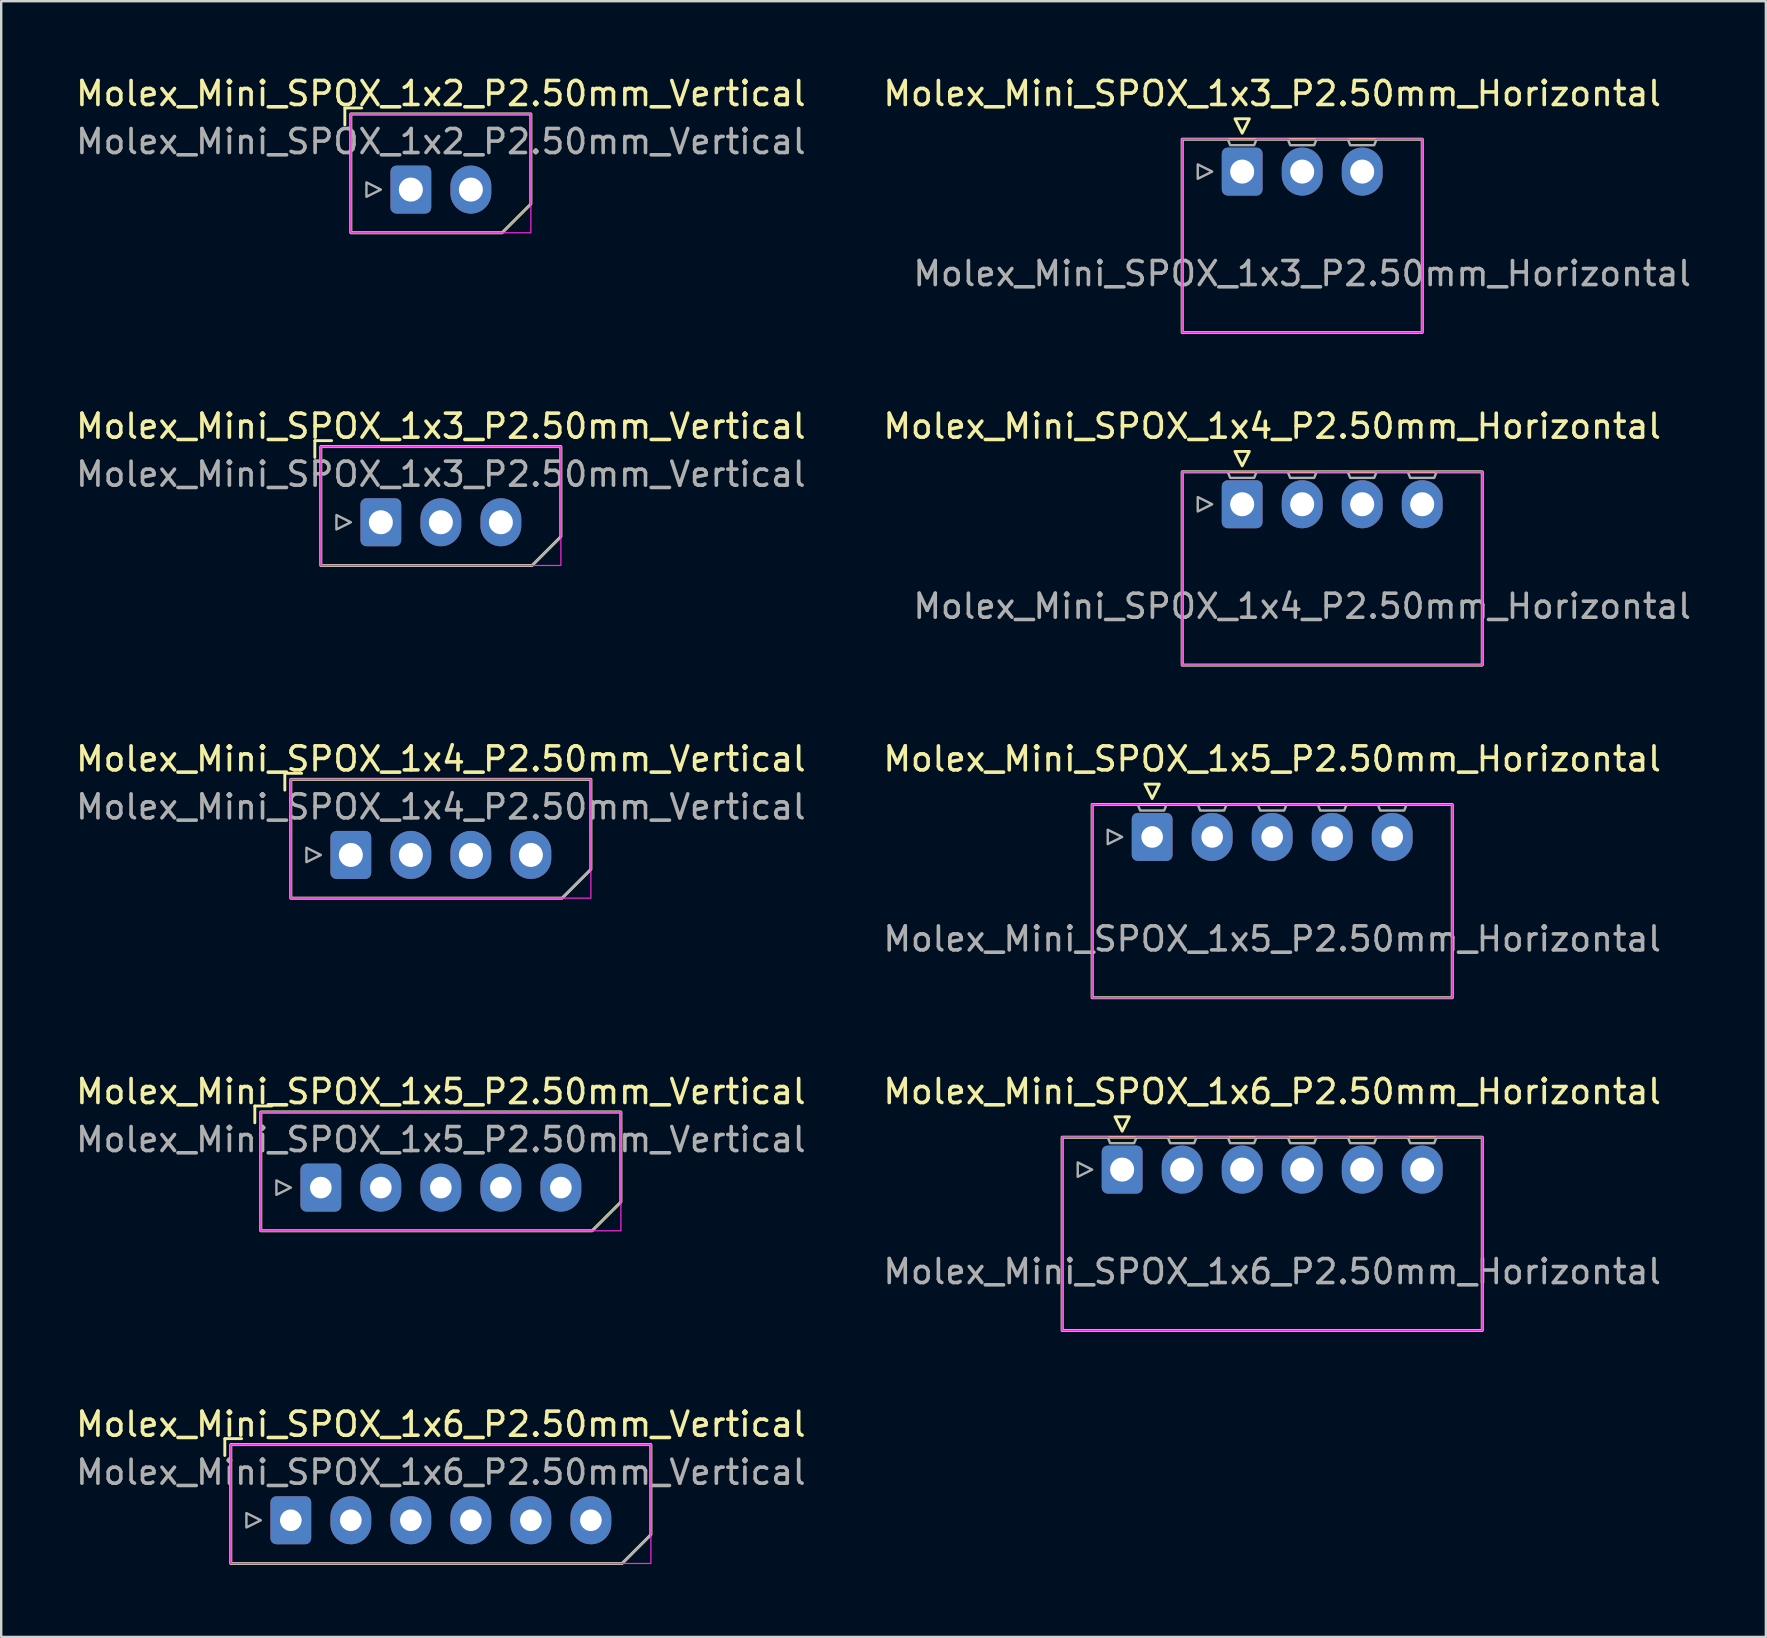
<source format=kicad_pcb>
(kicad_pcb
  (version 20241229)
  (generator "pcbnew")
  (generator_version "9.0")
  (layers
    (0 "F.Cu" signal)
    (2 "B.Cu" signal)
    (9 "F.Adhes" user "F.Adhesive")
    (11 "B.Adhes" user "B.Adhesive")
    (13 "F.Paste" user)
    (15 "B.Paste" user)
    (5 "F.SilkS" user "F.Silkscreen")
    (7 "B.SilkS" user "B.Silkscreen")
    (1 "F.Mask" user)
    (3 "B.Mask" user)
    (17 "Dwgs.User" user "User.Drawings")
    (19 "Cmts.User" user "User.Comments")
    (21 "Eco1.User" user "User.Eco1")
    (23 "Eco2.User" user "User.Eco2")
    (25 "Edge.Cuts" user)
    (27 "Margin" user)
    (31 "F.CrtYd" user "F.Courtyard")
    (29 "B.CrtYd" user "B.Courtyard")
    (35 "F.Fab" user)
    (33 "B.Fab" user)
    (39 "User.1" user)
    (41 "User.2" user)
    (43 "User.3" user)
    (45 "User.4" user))
  (footprint "Molex_Mini_SPOX_1x5_P2.50mm_Vertical"
    (layer "F.Cu")
    (at 10.315 46.423)
    (property "Reference" "Molex_Mini_SPOX_1x5_P2.50mm_Vertical" (at 5 -4 0) (unlocked yes) (layer "F.SilkS") (effects (font (size 1 1) (thickness 0.15))))
    (attr through_hole)
    (fp_line (start -2.75 -3.4) (end -2.05 -3.4) (stroke (width 0.12) (type solid)) (layer "F.SilkS"))
    (fp_line (start -2.75 -2.7) (end -2.75 -3.4) (stroke (width 0.12) (type solid)) (layer "F.SilkS"))
    (fp_poly (pts (xy -2.5 -3.15) (xy 12.5 -3.15) (xy 12.5 0.6) (xy 11.3 1.8) (xy -2.5 1.8)) (stroke (width 0.12) (type solid)) (fill no) (layer "F.SilkS"))
    (fp_rect (start -2.5 1.8) (end 12.5 -3.15) (stroke (width 0.05) (type solid)) (fill no) (layer "F.CrtYd"))
    (fp_circle (center 0 0) (end 0.35 0) (stroke (width 0.1) (type solid)) (fill no) (layer "F.Fab"))
    (fp_circle (center 2.5 0) (end 2.85 0) (stroke (width 0.1) (type solid)) (fill no) (layer "F.Fab"))
    (fp_circle (center 5 0) (end 5.35 0) (stroke (width 0.1) (type solid)) (fill no) (layer "F.Fab"))
    (fp_circle (center 7.5 0) (end 7.85 0) (stroke (width 0.1) (type solid)) (fill no) (layer "F.Fab"))
    (fp_circle (center 10 0) (end 10.35 0) (stroke (width 0.1) (type solid)) (fill no) (layer "F.Fab"))
    (fp_poly (pts (xy -1.25 0) (xy -1.85 -0.3) (xy -1.85 0.3) (xy -1.25 0)) (stroke (width 0.1) (type solid)) (fill no) (layer "F.Fab"))
    (fp_poly (pts (xy -2.5 -3.15) (xy 12.5 -3.15) (xy 12.5 0.6) (xy 11.3 1.8) (xy -2.5 1.8)) (stroke (width 0.1) (type solid)) (fill no) (layer "F.Fab"))
    (fp_text user "${REFERENCE}" (at 5 -2 0) (unlocked yes) (layer "F.Fab") (effects (font (size 1 1) (thickness 0.15))))
    (pad "1" thru_hole roundrect (at 0 0) (size 1.7 2) (drill 0.9) (layers "*.Cu" "*.Mask") (roundrect_rratio 0.147))
    (pad "2" thru_hole oval (at 2.5 0) (size 1.7 2) (drill 0.9) (layers "*.Cu" "*.Mask"))
    (pad "3" thru_hole oval (at 5 0) (size 1.7 2) (drill 0.9) (layers "*.Cu" "*.Mask"))
    (pad "4" thru_hole oval (at 7.5 0) (size 1.7 2) (drill 0.9) (layers "*.Cu" "*.Mask"))
    (pad "5" thru_hole oval (at 10 0) (size 1.7 2) (drill 0.9) (layers "*.Cu" "*.Mask")))
  (footprint "Molex_Mini_SPOX_1x3_P2.50mm_Horizontal"
    (layer "F.Cu")
    (at 48.696 4.098)
    (property "Reference" "Molex_Mini_SPOX_1x3_P2.50mm_Horizontal" (at 1.25 -3.25 0) (unlocked yes) (layer "F.SilkS") (effects (font (size 1 1) (thickness 0.15))))
    (attr through_hole)
    (fp_rect (start -2.5 -1.35) (end 7.5 6.7) (stroke (width 0.12) (type solid)) (fill no) (layer "F.SilkS"))
    (fp_poly (pts (xy 0 -1.6) (xy 0.3 -2.2) (xy -0.3 -2.2) (xy 0 -1.6)) (stroke (width 0.12) (type solid)) (fill no) (layer "F.SilkS"))
    (fp_rect (start -2.5 6.7) (end 7.5 -1.35) (stroke (width 0.05) (type solid)) (fill no) (layer "F.CrtYd"))
    (fp_poly (pts (xy -1.25 0) (xy -1.85 -0.3) (xy -1.85 0.3) (xy -1.25 0)) (stroke (width 0.1) (type solid)) (fill no) (layer "F.Fab"))
    (fp_poly (pts (xy -2.5 -1.35) (xy -0.6 -1.35) (xy -0.5 -1.1) (xy 0.5 -1.1) (xy 0.6 -1.35) (xy 1.9 -1.35) (xy 2 -1.1) (xy 3 -1.1) (xy 3.1 -1.35) (xy 4.4 -1.35) (xy 4.5 -1.1) (xy 5.5 -1.1) (xy 5.6 -1.35) (xy 7.5 -1.35) (xy 7.5 6.7) (xy -2.5 6.7)) (stroke (width 0.1) (type solid)) (fill no) (layer "F.Fab"))
    (fp_text user "${REFERENCE}" (at 2.5 4.25 0) (unlocked yes) (layer "F.Fab") (effects (font (size 1 1) (thickness 0.15))))
    (pad "1" thru_hole roundrect (at 0 0) (size 1.7 2) (drill 1) (layers "*.Cu" "*.Mask") (roundrect_rratio 0.147))
    (pad "2" thru_hole oval (at 2.5 0) (size 1.7 2) (drill 1) (layers "*.Cu" "*.Mask"))
    (pad "3" thru_hole oval (at 5 0) (size 1.7 2) (drill 1) (layers "*.Cu" "*.Mask")))
  (footprint "Molex_Mini_SPOX_1x4_P2.50mm_Vertical"
    (layer "F.Cu")
    (at 11.565 32.565)
    (property "Reference" "Molex_Mini_SPOX_1x4_P2.50mm_Vertical" (at 3.75 -4 0) (unlocked yes) (layer "F.SilkS") (effects (font (size 1 1) (thickness 0.15))))
    (attr through_hole)
    (fp_line (start -2.75 -3.4) (end -2.05 -3.4) (stroke (width 0.12) (type solid)) (layer "F.SilkS"))
    (fp_line (start -2.75 -2.7) (end -2.75 -3.4) (stroke (width 0.12) (type solid)) (layer "F.SilkS"))
    (fp_poly (pts (xy -2.5 -3.15) (xy 10 -3.15) (xy 10 0.6) (xy 8.8 1.8) (xy -2.5 1.8)) (stroke (width 0.12) (type solid)) (fill no) (layer "F.SilkS"))
    (fp_rect (start -2.5 1.8) (end 10 -3.15) (stroke (width 0.05) (type solid)) (fill no) (layer "F.CrtYd"))
    (fp_circle (center 0 0) (end 0.35 0) (stroke (width 0.1) (type solid)) (fill no) (layer "F.Fab"))
    (fp_circle (center 2.5 0) (end 2.85 0) (stroke (width 0.1) (type solid)) (fill no) (layer "F.Fab"))
    (fp_circle (center 5 0) (end 5.35 0) (stroke (width 0.1) (type solid)) (fill no) (layer "F.Fab"))
    (fp_circle (center 7.5 0) (end 7.85 0) (stroke (width 0.1) (type solid)) (fill no) (layer "F.Fab"))
    (fp_poly (pts (xy -1.25 0) (xy -1.85 -0.3) (xy -1.85 0.3) (xy -1.25 0)) (stroke (width 0.1) (type solid)) (fill no) (layer "F.Fab"))
    (fp_poly (pts (xy -2.5 -3.15) (xy 10 -3.15) (xy 10 0.6) (xy 8.8 1.8) (xy -2.5 1.8)) (stroke (width 0.1) (type solid)) (fill no) (layer "F.Fab"))
    (fp_text user "${REFERENCE}" (at 3.75 -2 0) (unlocked yes) (layer "F.Fab") (effects (font (size 1 1) (thickness 0.15))))
    (pad "1" thru_hole roundrect (at 0 0) (size 1.7 2) (drill 1) (layers "*.Cu" "*.Mask") (roundrect_rratio 0.147))
    (pad "2" thru_hole oval (at 2.5 0) (size 1.7 2) (drill 1) (layers "*.Cu" "*.Mask"))
    (pad "3" thru_hole oval (at 5 0) (size 1.7 2) (drill 1) (layers "*.Cu" "*.Mask"))
    (pad "4" thru_hole oval (at 7.5 0) (size 1.7 2) (drill 1) (layers "*.Cu" "*.Mask")))
  (footprint "Molex_Mini_SPOX_1x6_P2.50mm_Horizontal"
    (layer "F.Cu")
    (at 43.696 45.673)
    (property "Reference" "Molex_Mini_SPOX_1x6_P2.50mm_Horizontal" (at 6.25 -3.25 0) (unlocked yes) (layer "F.SilkS") (effects (font (size 1 1) (thickness 0.15))))
    (attr through_hole)
    (fp_rect (start -2.5 -1.35) (end 15 6.7) (stroke (width 0.12) (type solid)) (fill no) (layer "F.SilkS"))
    (fp_poly (pts (xy 0 -1.6) (xy 0.3 -2.2) (xy -0.3 -2.2) (xy 0 -1.6)) (stroke (width 0.12) (type solid)) (fill no) (layer "F.SilkS"))
    (fp_rect (start -2.5 6.7) (end 15 -1.35) (stroke (width 0.05) (type solid)) (fill no) (layer "F.CrtYd"))
    (fp_poly (pts (xy -1.25 0) (xy -1.85 -0.3) (xy -1.85 0.3) (xy -1.25 0)) (stroke (width 0.1) (type solid)) (fill no) (layer "F.Fab"))
    (fp_poly (pts (xy -2.5 -1.35) (xy -0.6 -1.35) (xy -0.5 -1.1) (xy 0.5 -1.1) (xy 0.6 -1.35) (xy 1.9 -1.35) (xy 2 -1.1) (xy 3 -1.1) (xy 3.1 -1.35) (xy 4.4 -1.35) (xy 4.5 -1.1) (xy 5.5 -1.1) (xy 5.6 -1.35) (xy 6.9 -1.35) (xy 7 -1.1) (xy 8 -1.1) (xy 8.1 -1.35) (xy 9.4 -1.35) (xy 9.5 -1.1) (xy 10.5 -1.1) (xy 10.6 -1.35) (xy 11.9 -1.35) (xy 12 -1.1) (xy 13 -1.1) (xy 13.1 -1.35) (xy 15 -1.35) (xy 15 6.7) (xy -2.5 6.7)) (stroke (width 0.1) (type solid)) (fill no) (layer "F.Fab"))
    (fp_text user "${REFERENCE}" (at 6.25 4.25 0) (unlocked yes) (layer "F.Fab") (effects (font (size 1 1) (thickness 0.15))))
    (pad "1" thru_hole roundrect (at 0 0) (size 1.7 2) (drill 1) (layers "*.Cu" "*.Mask") (roundrect_rratio 0.147))
    (pad "2" thru_hole oval (at 2.5 0) (size 1.7 2) (drill 1) (layers "*.Cu" "*.Mask"))
    (pad "3" thru_hole oval (at 5 0) (size 1.7 2) (drill 1) (layers "*.Cu" "*.Mask"))
    (pad "4" thru_hole oval (at 7.5 0) (size 1.7 2) (drill 1) (layers "*.Cu" "*.Mask"))
    (pad "5" thru_hole oval (at 10 0) (size 1.7 2) (drill 1) (layers "*.Cu" "*.Mask"))
    (pad "6" thru_hole oval (at 12.5 0) (size 1.7 2) (drill 1) (layers "*.Cu" "*.Mask")))
  (footprint "Molex_Mini_SPOX_1x6_P2.50mm_Vertical"
    (layer "F.Cu")
    (at 9.065 60.281)
    (property "Reference" "Molex_Mini_SPOX_1x6_P2.50mm_Vertical" (at 6.25 -4 0) (unlocked yes) (layer "F.SilkS") (effects (font (size 1 1) (thickness 0.15))))
    (attr through_hole)
    (fp_line (start -2.75 -3.4) (end -2.05 -3.4) (stroke (width 0.12) (type solid)) (layer "F.SilkS"))
    (fp_line (start -2.75 -2.7) (end -2.75 -3.4) (stroke (width 0.12) (type solid)) (layer "F.SilkS"))
    (fp_poly (pts (xy -2.5 -3.15) (xy 15 -3.15) (xy 15 0.6) (xy 13.8 1.8) (xy -2.5 1.8)) (stroke (width 0.12) (type solid)) (fill no) (layer "F.SilkS"))
    (fp_rect (start -2.5 1.8) (end 15 -3.15) (stroke (width 0.05) (type solid)) (fill no) (layer "F.CrtYd"))
    (fp_circle (center 0 0) (end 0.35 0) (stroke (width 0.1) (type solid)) (fill no) (layer "F.Fab"))
    (fp_circle (center 2.5 0) (end 2.85 0) (stroke (width 0.1) (type solid)) (fill no) (layer "F.Fab"))
    (fp_circle (center 5 0) (end 5.35 0) (stroke (width 0.1) (type solid)) (fill no) (layer "F.Fab"))
    (fp_circle (center 7.5 0) (end 7.85 0) (stroke (width 0.1) (type solid)) (fill no) (layer "F.Fab"))
    (fp_circle (center 10 0) (end 10.35 0) (stroke (width 0.1) (type solid)) (fill no) (layer "F.Fab"))
    (fp_circle (center 12.5 0) (end 12.85 0) (stroke (width 0.1) (type solid)) (fill no) (layer "F.Fab"))
    (fp_poly (pts (xy -1.25 0) (xy -1.85 -0.3) (xy -1.85 0.3) (xy -1.25 0)) (stroke (width 0.1) (type solid)) (fill no) (layer "F.Fab"))
    (fp_poly (pts (xy -2.5 -3.15) (xy 15 -3.15) (xy 15 0.6) (xy 13.8 1.8) (xy -2.5 1.8)) (stroke (width 0.1) (type solid)) (fill no) (layer "F.Fab"))
    (fp_text user "${REFERENCE}" (at 6.25 -2 0) (unlocked yes) (layer "F.Fab") (effects (font (size 1 1) (thickness 0.15))))
    (pad "1" thru_hole roundrect (at 0 0) (size 1.7 2) (drill 0.9) (layers "*.Cu" "*.Mask") (roundrect_rratio 0.147))
    (pad "2" thru_hole oval (at 2.5 0) (size 1.7 2) (drill 0.9) (layers "*.Cu" "*.Mask"))
    (pad "3" thru_hole oval (at 5 0) (size 1.7 2) (drill 0.9) (layers "*.Cu" "*.Mask"))
    (pad "4" thru_hole oval (at 7.5 0) (size 1.7 2) (drill 0.9) (layers "*.Cu" "*.Mask"))
    (pad "5" thru_hole oval (at 10 0) (size 1.7 2) (drill 0.9) (layers "*.Cu" "*.Mask"))
    (pad "6" thru_hole oval (at 12.5 0) (size 1.7 2) (drill 0.9) (layers "*.Cu" "*.Mask")))
  (footprint "Molex_Mini_SPOX_1x5_P2.50mm_Horizontal"
    (layer "F.Cu")
    (at 44.946 31.815)
    (property "Reference" "Molex_Mini_SPOX_1x5_P2.50mm_Horizontal" (at 5 -3.25 0) (unlocked yes) (layer "F.SilkS") (effects (font (size 1 1) (thickness 0.15))))
    (attr through_hole)
    (fp_rect (start -2.5 -1.35) (end 12.5 6.7) (stroke (width 0.12) (type solid)) (fill no) (layer "F.SilkS"))
    (fp_poly (pts (xy 0 -1.6) (xy 0.3 -2.2) (xy -0.3 -2.2) (xy 0 -1.6)) (stroke (width 0.12) (type solid)) (fill no) (layer "F.SilkS"))
    (fp_rect (start -2.5 6.7) (end 12.5 -1.35) (stroke (width 0.05) (type solid)) (fill no) (layer "F.CrtYd"))
    (fp_poly (pts (xy -1.25 0) (xy -1.85 -0.3) (xy -1.85 0.3) (xy -1.25 0)) (stroke (width 0.1) (type solid)) (fill no) (layer "F.Fab"))
    (fp_poly (pts (xy -2.5 -1.35) (xy -0.6 -1.35) (xy -0.5 -1.1) (xy 0.5 -1.1) (xy 0.6 -1.35) (xy 1.9 -1.35) (xy 2 -1.1) (xy 3 -1.1) (xy 3.1 -1.35) (xy 4.4 -1.35) (xy 4.5 -1.1) (xy 5.5 -1.1) (xy 5.6 -1.35) (xy 6.9 -1.35) (xy 7 -1.1) (xy 8 -1.1) (xy 8.1 -1.35) (xy 9.4 -1.35) (xy 9.5 -1.1) (xy 10.5 -1.1) (xy 10.6 -1.35) (xy 12.5 -1.35) (xy 12.5 6.7) (xy -2.5 6.7)) (stroke (width 0.1) (type solid)) (fill no) (layer "F.Fab"))
    (fp_text user "${REFERENCE}" (at 5 4.25 0) (unlocked yes) (layer "F.Fab") (effects (font (size 1 1) (thickness 0.15))))
    (pad "1" thru_hole roundrect (at 0 0) (size 1.7 2) (drill 0.9) (layers "*.Cu" "*.Mask") (roundrect_rratio 0.147))
    (pad "2" thru_hole oval (at 2.5 0) (size 1.7 2) (drill 0.9) (layers "*.Cu" "*.Mask"))
    (pad "3" thru_hole oval (at 5 0) (size 1.7 2) (drill 0.9) (layers "*.Cu" "*.Mask"))
    (pad "4" thru_hole oval (at 7.5 0) (size 1.7 2) (drill 0.9) (layers "*.Cu" "*.Mask"))
    (pad "5" thru_hole oval (at 10 0) (size 1.7 2) (drill 0.9) (layers "*.Cu" "*.Mask")))
  (footprint "Molex_Mini_SPOX_1x4_P2.50mm_Horizontal"
    (layer "F.Cu")
    (at 48.696 17.956)
    (property "Reference" "Molex_Mini_SPOX_1x4_P2.50mm_Horizontal" (at 1.25 -3.25 0) (unlocked yes) (layer "F.SilkS") (effects (font (size 1 1) (thickness 0.15))))
    (attr through_hole)
    (fp_rect (start -2.5 -1.35) (end 10 6.7) (stroke (width 0.12) (type solid)) (fill no) (layer "F.SilkS"))
    (fp_poly (pts (xy 0 -1.6) (xy 0.3 -2.2) (xy -0.3 -2.2) (xy 0 -1.6)) (stroke (width 0.12) (type solid)) (fill no) (layer "F.SilkS"))
    (fp_rect (start -2.5 6.7) (end 10 -1.35) (stroke (width 0.05) (type solid)) (fill no) (layer "F.CrtYd"))
    (fp_poly (pts (xy -1.25 0) (xy -1.85 -0.3) (xy -1.85 0.3) (xy -1.25 0)) (stroke (width 0.1) (type solid)) (fill no) (layer "F.Fab"))
    (fp_poly (pts (xy -2.5 -1.35) (xy -0.6 -1.35) (xy -0.5 -1.1) (xy 0.5 -1.1) (xy 0.6 -1.35) (xy 1.9 -1.35) (xy 2 -1.1) (xy 3 -1.1) (xy 3.1 -1.35) (xy 4.4 -1.35) (xy 4.5 -1.1) (xy 5.5 -1.1) (xy 5.6 -1.35) (xy 6.9 -1.35) (xy 7 -1.1) (xy 8 -1.1) (xy 8.1 -1.35) (xy 10 -1.35) (xy 10 6.7) (xy -2.5 6.7)) (stroke (width 0.1) (type solid)) (fill no) (layer "F.Fab"))
    (fp_text user "${REFERENCE}" (at 2.5 4.25 0) (unlocked yes) (layer "F.Fab") (effects (font (size 1 1) (thickness 0.15))))
    (pad "1" thru_hole roundrect (at 0 0) (size 1.7 2) (drill 1) (layers "*.Cu" "*.Mask") (roundrect_rratio 0.147))
    (pad "2" thru_hole oval (at 2.5 0) (size 1.7 2) (drill 1) (layers "*.Cu" "*.Mask"))
    (pad "3" thru_hole oval (at 5 0) (size 1.7 2) (drill 1) (layers "*.Cu" "*.Mask"))
    (pad "4" thru_hole oval (at 7.5 0) (size 1.7 2) (drill 1) (layers "*.Cu" "*.Mask")))
  (footprint "Molex_Mini_SPOX_1x2_P2.50mm_Vertical"
    (layer "F.Cu")
    (at 14.065 4.848)
    (property "Reference" "Molex_Mini_SPOX_1x2_P2.50mm_Vertical" (at 1.25 -4 0) (unlocked yes) (layer "F.SilkS") (effects (font (size 1 1) (thickness 0.15))))
    (attr through_hole)
    (fp_line (start -2.75 -3.4) (end -2.05 -3.4) (stroke (width 0.12) (type solid)) (layer "F.SilkS"))
    (fp_line (start -2.75 -2.7) (end -2.75 -3.4) (stroke (width 0.12) (type solid)) (layer "F.SilkS"))
    (fp_poly (pts (xy -2.5 -3.15) (xy 5 -3.15) (xy 5 0.6) (xy 3.8 1.8) (xy -2.5 1.8)) (stroke (width 0.12) (type solid)) (fill no) (layer "F.SilkS"))
    (fp_rect (start -2.5 1.8) (end 5 -3.15) (stroke (width 0.05) (type solid)) (fill no) (layer "F.CrtYd"))
    (fp_circle (center 0 0) (end 0.35 0) (stroke (width 0.1) (type solid)) (fill no) (layer "F.Fab"))
    (fp_circle (center 2.5 0) (end 2.85 0) (stroke (width 0.1) (type solid)) (fill no) (layer "F.Fab"))
    (fp_poly (pts (xy -1.25 0) (xy -1.85 -0.3) (xy -1.85 0.3) (xy -1.25 0)) (stroke (width 0.1) (type solid)) (fill no) (layer "F.Fab"))
    (fp_poly (pts (xy -2.5 -3.15) (xy 5 -3.15) (xy 5 0.6) (xy 3.8 1.8) (xy -2.5 1.8)) (stroke (width 0.1) (type solid)) (fill no) (layer "F.Fab"))
    (fp_text user "${REFERENCE}" (at 1.25 -2 0) (unlocked yes) (layer "F.Fab") (effects (font (size 1 1) (thickness 0.15))))
    (pad "1" thru_hole roundrect (at 0 0) (size 1.7 2) (drill 1) (layers "*.Cu" "*.Mask") (roundrect_rratio 0.147))
    (pad "2" thru_hole oval (at 2.5 0) (size 1.7 2) (drill 1) (layers "*.Cu" "*.Mask")))
  (footprint "Molex_Mini_SPOX_1x3_P2.50mm_Vertical"
    (layer "F.Cu")
    (at 12.815 18.706)
    (property "Reference" "Molex_Mini_SPOX_1x3_P2.50mm_Vertical" (at 2.5 -4 0) (unlocked yes) (layer "F.SilkS") (effects (font (size 1 1) (thickness 0.15))))
    (attr through_hole)
    (fp_line (start -2.75 -3.4) (end -2.05 -3.4) (stroke (width 0.12) (type solid)) (layer "F.SilkS"))
    (fp_line (start -2.75 -2.7) (end -2.75 -3.4) (stroke (width 0.12) (type solid)) (layer "F.SilkS"))
    (fp_poly (pts (xy -2.5 -3.15) (xy 7.5 -3.15) (xy 7.5 0.6) (xy 6.3 1.8) (xy -2.5 1.8)) (stroke (width 0.12) (type solid)) (fill no) (layer "F.SilkS"))
    (fp_rect (start -2.5 1.8) (end 7.5 -3.15) (stroke (width 0.05) (type solid)) (fill no) (layer "F.CrtYd"))
    (fp_circle (center 0 0) (end 0.35 0) (stroke (width 0.1) (type solid)) (fill no) (layer "F.Fab"))
    (fp_circle (center 2.5 0) (end 2.85 0) (stroke (width 0.1) (type solid)) (fill no) (layer "F.Fab"))
    (fp_circle (center 5 0) (end 5.35 0) (stroke (width 0.1) (type solid)) (fill no) (layer "F.Fab"))
    (fp_poly (pts (xy -1.25 0) (xy -1.85 -0.3) (xy -1.85 0.3) (xy -1.25 0)) (stroke (width 0.1) (type solid)) (fill no) (layer "F.Fab"))
    (fp_poly (pts (xy -2.5 -3.15) (xy 7.5 -3.15) (xy 7.5 0.6) (xy 6.3 1.8) (xy -2.5 1.8)) (stroke (width 0.1) (type solid)) (fill no) (layer "F.Fab"))
    (fp_text user "${REFERENCE}" (at 2.5 -2 0) (unlocked yes) (layer "F.Fab") (effects (font (size 1 1) (thickness 0.15))))
    (pad "1" thru_hole roundrect (at 0 0) (size 1.7 2) (drill 1) (layers "*.Cu" "*.Mask") (roundrect_rratio 0.147))
    (pad "2" thru_hole oval (at 2.5 0) (size 1.7 2) (drill 1) (layers "*.Cu" "*.Mask"))
    (pad "3" thru_hole oval (at 5 0) (size 1.7 2) (drill 1) (layers "*.Cu" "*.Mask")))
  (gr_rect
    (start -3 -3)
    (end 70.512 65.141)
    (stroke (width 0.1) (type default))
    (fill no)
    (layer "Edge.Cuts")))
</source>
